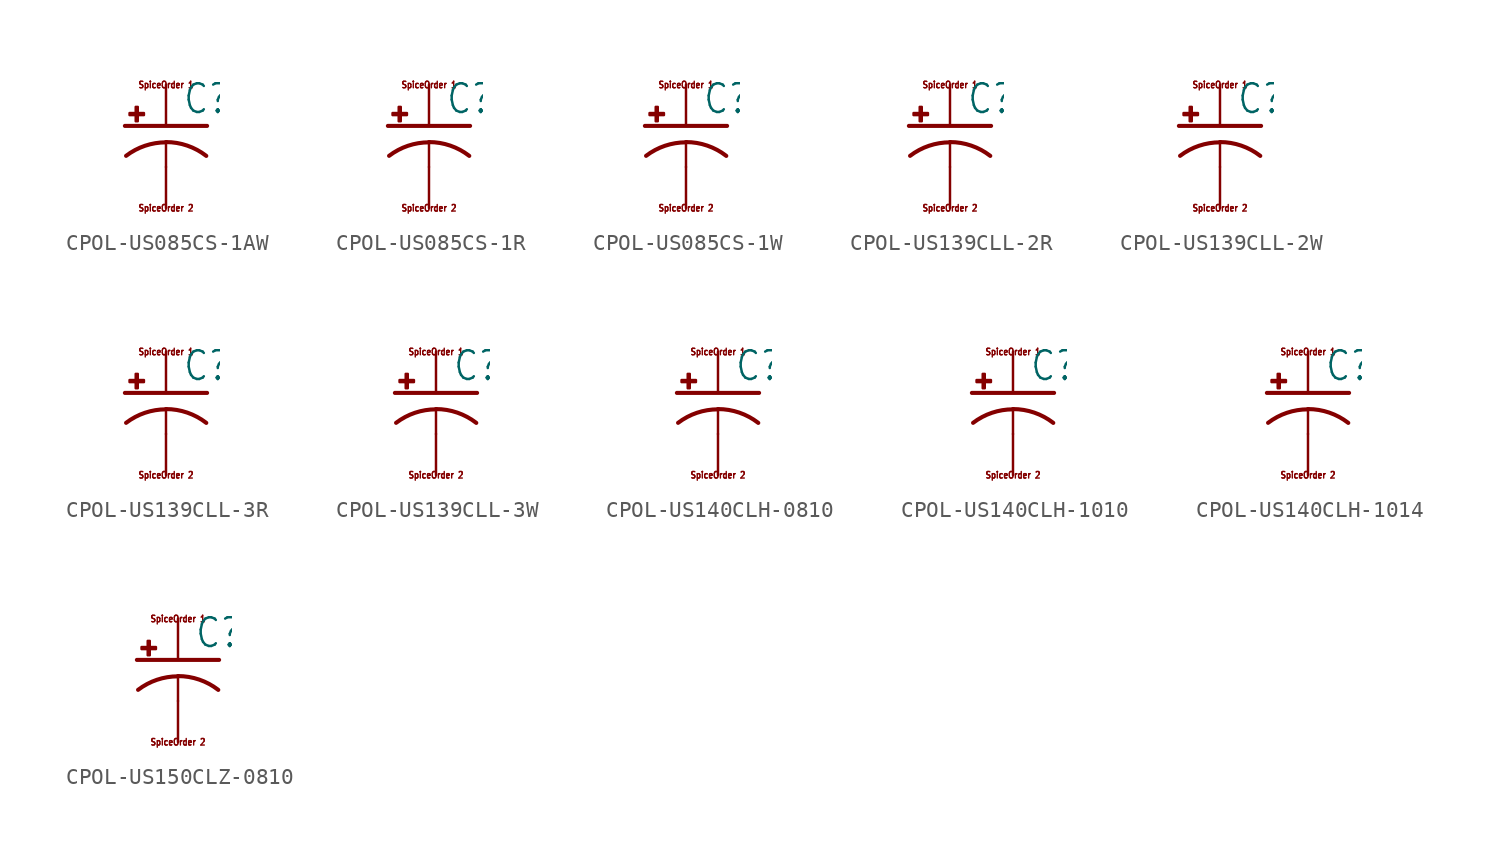
<source format=kicad_sym>
(kicad_symbol_lib
  (version 20231120)
  (generator "kicad_symbol_editor")
  (generator_version "8.0")
  (symbol "CPOL-US085CS-1AW"
    (property "Reference" "C"
      (at 1.016 0.635 0)
      (effects (font (size 1.778 1.511)) (justify left bottom)))
    (property "Value" ""
      (at 1.016 -4.191 0)
      (effects (font (size 1.778 1.511)) (justify left bottom)))
    (property "ki_locked" ""
      (at 0 0 0)
      (effects (font (size 1.27 1.27))))
    (symbol "CPOL-US085CS-1AW_1_0"
      (rectangle (start -2.253 0.668) (end -1.364 0.795) (stroke (width 0) (type default)) (fill (type outline)))
      (rectangle (start -1.872 0.287) (end -1.745 1.176) (stroke (width 0) (type default)) (fill (type outline)))
      (arc (start 0 -1.0161) (mid -1.3021 -1.2303) (end -2.4669 -1.8504) (stroke (width 0.254) (type solid)) (fill (type none)))
      (polyline (pts (xy -2.54 0) (xy 2.54 0)) (stroke (width 0.254) (type solid)) (fill (type none)))
      (polyline (pts (xy 0 -1.016) (xy 0 -2.54)) (stroke (width 0.152) (type solid)) (fill (type none)))
      (arc (start 2.4892 -1.8541) (mid 1.3158 -1.2194) (end 0 -1) (stroke (width 0.254) (type solid)) (fill (type none)))
      (text "SpiceOrder 1" (at 0 2.54 0) (effects (font (size 0.406 0.345))))
      (text "SpiceOrder 2" (at 0 -5.08 0) (effects (font (size 0.406 0.345))))
      (pin passive line (at 0 2.54 270) (length 2.54) (name "+" (effects (font (size 0 0)))) (number "+" (effects (font (size 0 0)))))
      (pin passive line (at 0 -5.08 90) (length 2.54) (name "-" (effects (font (size 0 0)))) (number "-" (effects (font (size 0 0)))))))
  (symbol "CPOL-US085CS-1R"
    (property "Reference" "C"
      (at 1.016 0.635 0)
      (effects (font (size 1.778 1.511)) (justify left bottom)))
    (property "Value" ""
      (at 1.016 -4.191 0)
      (effects (font (size 1.778 1.511)) (justify left bottom)))
    (property "ki_locked" ""
      (at 0 0 0)
      (effects (font (size 1.27 1.27))))
    (symbol "CPOL-US085CS-1R_1_0"
      (rectangle (start -2.253 0.668) (end -1.364 0.795) (stroke (width 0) (type default)) (fill (type outline)))
      (rectangle (start -1.872 0.287) (end -1.745 1.176) (stroke (width 0) (type default)) (fill (type outline)))
      (arc (start 0 -1.0161) (mid -1.3021 -1.2303) (end -2.4669 -1.8504) (stroke (width 0.254) (type solid)) (fill (type none)))
      (polyline (pts (xy -2.54 0) (xy 2.54 0)) (stroke (width 0.254) (type solid)) (fill (type none)))
      (polyline (pts (xy 0 -1.016) (xy 0 -2.54)) (stroke (width 0.152) (type solid)) (fill (type none)))
      (arc (start 2.4892 -1.8541) (mid 1.3158 -1.2194) (end 0 -1) (stroke (width 0.254) (type solid)) (fill (type none)))
      (text "SpiceOrder 1" (at 0 2.54 0) (effects (font (size 0.406 0.345))))
      (text "SpiceOrder 2" (at 0 -5.08 0) (effects (font (size 0.406 0.345))))
      (pin passive line (at 0 2.54 270) (length 2.54) (name "+" (effects (font (size 0 0)))) (number "+" (effects (font (size 0 0)))))
      (pin passive line (at 0 -5.08 90) (length 2.54) (name "-" (effects (font (size 0 0)))) (number "-" (effects (font (size 0 0)))))))
  (symbol "CPOL-US085CS-1W"
    (property "Reference" "C"
      (at 1.016 0.635 0)
      (effects (font (size 1.778 1.511)) (justify left bottom)))
    (property "Value" ""
      (at 1.016 -4.191 0)
      (effects (font (size 1.778 1.511)) (justify left bottom)))
    (property "ki_locked" ""
      (at 0 0 0)
      (effects (font (size 1.27 1.27))))
    (symbol "CPOL-US085CS-1W_1_0"
      (rectangle (start -2.253 0.668) (end -1.364 0.795) (stroke (width 0) (type default)) (fill (type outline)))
      (rectangle (start -1.872 0.287) (end -1.745 1.176) (stroke (width 0) (type default)) (fill (type outline)))
      (arc (start 0 -1.0161) (mid -1.3021 -1.2303) (end -2.4669 -1.8504) (stroke (width 0.254) (type solid)) (fill (type none)))
      (polyline (pts (xy -2.54 0) (xy 2.54 0)) (stroke (width 0.254) (type solid)) (fill (type none)))
      (polyline (pts (xy 0 -1.016) (xy 0 -2.54)) (stroke (width 0.152) (type solid)) (fill (type none)))
      (arc (start 2.4892 -1.8541) (mid 1.3158 -1.2194) (end 0 -1) (stroke (width 0.254) (type solid)) (fill (type none)))
      (text "SpiceOrder 1" (at 0 2.54 0) (effects (font (size 0.406 0.345))))
      (text "SpiceOrder 2" (at 0 -5.08 0) (effects (font (size 0.406 0.345))))
      (pin passive line (at 0 2.54 270) (length 2.54) (name "+" (effects (font (size 0 0)))) (number "+" (effects (font (size 0 0)))))
      (pin passive line (at 0 -5.08 90) (length 2.54) (name "-" (effects (font (size 0 0)))) (number "-" (effects (font (size 0 0)))))))
  (symbol "CPOL-US139CLL-2R"
    (property "Reference" "C"
      (at 1.016 0.635 0)
      (effects (font (size 1.778 1.511)) (justify left bottom)))
    (property "Value" ""
      (at 1.016 -4.191 0)
      (effects (font (size 1.778 1.511)) (justify left bottom)))
    (property "ki_locked" ""
      (at 0 0 0)
      (effects (font (size 1.27 1.27))))
    (symbol "CPOL-US139CLL-2R_1_0"
      (rectangle (start -2.253 0.668) (end -1.364 0.795) (stroke (width 0) (type default)) (fill (type outline)))
      (rectangle (start -1.872 0.287) (end -1.745 1.176) (stroke (width 0) (type default)) (fill (type outline)))
      (arc (start 0 -1.0161) (mid -1.3021 -1.2303) (end -2.4669 -1.8504) (stroke (width 0.254) (type solid)) (fill (type none)))
      (polyline (pts (xy -2.54 0) (xy 2.54 0)) (stroke (width 0.254) (type solid)) (fill (type none)))
      (polyline (pts (xy 0 -1.016) (xy 0 -2.54)) (stroke (width 0.152) (type solid)) (fill (type none)))
      (arc (start 2.4892 -1.8541) (mid 1.3158 -1.2194) (end 0 -1) (stroke (width 0.254) (type solid)) (fill (type none)))
      (text "SpiceOrder 1" (at 0 2.54 0) (effects (font (size 0.406 0.345))))
      (text "SpiceOrder 2" (at 0 -5.08 0) (effects (font (size 0.406 0.345))))
      (pin passive line (at 0 2.54 270) (length 2.54) (name "+" (effects (font (size 0 0)))) (number "+" (effects (font (size 0 0)))))
      (pin passive line (at 0 -5.08 90) (length 2.54) (name "-" (effects (font (size 0 0)))) (number "-" (effects (font (size 0 0)))))))
  (symbol "CPOL-US139CLL-2W"
    (property "Reference" "C"
      (at 1.016 0.635 0)
      (effects (font (size 1.778 1.511)) (justify left bottom)))
    (property "Value" ""
      (at 1.016 -4.191 0)
      (effects (font (size 1.778 1.511)) (justify left bottom)))
    (property "ki_locked" ""
      (at 0 0 0)
      (effects (font (size 1.27 1.27))))
    (symbol "CPOL-US139CLL-2W_1_0"
      (rectangle (start -2.253 0.668) (end -1.364 0.795) (stroke (width 0) (type default)) (fill (type outline)))
      (rectangle (start -1.872 0.287) (end -1.745 1.176) (stroke (width 0) (type default)) (fill (type outline)))
      (arc (start 0 -1.0161) (mid -1.3021 -1.2303) (end -2.4669 -1.8504) (stroke (width 0.254) (type solid)) (fill (type none)))
      (polyline (pts (xy -2.54 0) (xy 2.54 0)) (stroke (width 0.254) (type solid)) (fill (type none)))
      (polyline (pts (xy 0 -1.016) (xy 0 -2.54)) (stroke (width 0.152) (type solid)) (fill (type none)))
      (arc (start 2.4892 -1.8541) (mid 1.3158 -1.2194) (end 0 -1) (stroke (width 0.254) (type solid)) (fill (type none)))
      (text "SpiceOrder 1" (at 0 2.54 0) (effects (font (size 0.406 0.345))))
      (text "SpiceOrder 2" (at 0 -5.08 0) (effects (font (size 0.406 0.345))))
      (pin passive line (at 0 2.54 270) (length 2.54) (name "+" (effects (font (size 0 0)))) (number "+" (effects (font (size 0 0)))))
      (pin passive line (at 0 -5.08 90) (length 2.54) (name "-" (effects (font (size 0 0)))) (number "-" (effects (font (size 0 0)))))))
  (symbol "CPOL-US139CLL-3R"
    (property "Reference" "C"
      (at 1.016 0.635 0)
      (effects (font (size 1.778 1.511)) (justify left bottom)))
    (property "Value" ""
      (at 1.016 -4.191 0)
      (effects (font (size 1.778 1.511)) (justify left bottom)))
    (property "ki_locked" ""
      (at 0 0 0)
      (effects (font (size 1.27 1.27))))
    (symbol "CPOL-US139CLL-3R_1_0"
      (rectangle (start -2.253 0.668) (end -1.364 0.795) (stroke (width 0) (type default)) (fill (type outline)))
      (rectangle (start -1.872 0.287) (end -1.745 1.176) (stroke (width 0) (type default)) (fill (type outline)))
      (arc (start 0 -1.0161) (mid -1.3021 -1.2303) (end -2.4669 -1.8504) (stroke (width 0.254) (type solid)) (fill (type none)))
      (polyline (pts (xy -2.54 0) (xy 2.54 0)) (stroke (width 0.254) (type solid)) (fill (type none)))
      (polyline (pts (xy 0 -1.016) (xy 0 -2.54)) (stroke (width 0.152) (type solid)) (fill (type none)))
      (arc (start 2.4892 -1.8541) (mid 1.3158 -1.2194) (end 0 -1) (stroke (width 0.254) (type solid)) (fill (type none)))
      (text "SpiceOrder 1" (at 0 2.54 0) (effects (font (size 0.406 0.345))))
      (text "SpiceOrder 2" (at 0 -5.08 0) (effects (font (size 0.406 0.345))))
      (pin passive line (at 0 2.54 270) (length 2.54) (name "+" (effects (font (size 0 0)))) (number "+" (effects (font (size 0 0)))))
      (pin passive line (at 0 -5.08 90) (length 2.54) (name "-" (effects (font (size 0 0)))) (number "-" (effects (font (size 0 0)))))))
  (symbol "CPOL-US139CLL-3W"
    (property "Reference" "C"
      (at 1.016 0.635 0)
      (effects (font (size 1.778 1.511)) (justify left bottom)))
    (property "Value" ""
      (at 1.016 -4.191 0)
      (effects (font (size 1.778 1.511)) (justify left bottom)))
    (property "ki_locked" ""
      (at 0 0 0)
      (effects (font (size 1.27 1.27))))
    (symbol "CPOL-US139CLL-3W_1_0"
      (rectangle (start -2.253 0.668) (end -1.364 0.795) (stroke (width 0) (type default)) (fill (type outline)))
      (rectangle (start -1.872 0.287) (end -1.745 1.176) (stroke (width 0) (type default)) (fill (type outline)))
      (arc (start 0 -1.0161) (mid -1.3021 -1.2303) (end -2.4669 -1.8504) (stroke (width 0.254) (type solid)) (fill (type none)))
      (polyline (pts (xy -2.54 0) (xy 2.54 0)) (stroke (width 0.254) (type solid)) (fill (type none)))
      (polyline (pts (xy 0 -1.016) (xy 0 -2.54)) (stroke (width 0.152) (type solid)) (fill (type none)))
      (arc (start 2.4892 -1.8541) (mid 1.3158 -1.2194) (end 0 -1) (stroke (width 0.254) (type solid)) (fill (type none)))
      (text "SpiceOrder 1" (at 0 2.54 0) (effects (font (size 0.406 0.345))))
      (text "SpiceOrder 2" (at 0 -5.08 0) (effects (font (size 0.406 0.345))))
      (pin passive line (at 0 2.54 270) (length 2.54) (name "+" (effects (font (size 0 0)))) (number "+" (effects (font (size 0 0)))))
      (pin passive line (at 0 -5.08 90) (length 2.54) (name "-" (effects (font (size 0 0)))) (number "-" (effects (font (size 0 0)))))))
  (symbol "CPOL-US140CLH-0810"
    (property "Reference" "C"
      (at 1.016 0.635 0)
      (effects (font (size 1.778 1.511)) (justify left bottom)))
    (property "Value" ""
      (at 1.016 -4.191 0)
      (effects (font (size 1.778 1.511)) (justify left bottom)))
    (property "ki_locked" ""
      (at 0 0 0)
      (effects (font (size 1.27 1.27))))
    (symbol "CPOL-US140CLH-0810_1_0"
      (rectangle (start -2.253 0.668) (end -1.364 0.795) (stroke (width 0) (type default)) (fill (type outline)))
      (rectangle (start -1.872 0.287) (end -1.745 1.176) (stroke (width 0) (type default)) (fill (type outline)))
      (arc (start 0 -1.0161) (mid -1.3021 -1.2303) (end -2.4669 -1.8504) (stroke (width 0.254) (type solid)) (fill (type none)))
      (polyline (pts (xy -2.54 0) (xy 2.54 0)) (stroke (width 0.254) (type solid)) (fill (type none)))
      (polyline (pts (xy 0 -1.016) (xy 0 -2.54)) (stroke (width 0.152) (type solid)) (fill (type none)))
      (arc (start 2.4892 -1.8541) (mid 1.3158 -1.2194) (end 0 -1) (stroke (width 0.254) (type solid)) (fill (type none)))
      (text "SpiceOrder 1" (at 0 2.54 0) (effects (font (size 0.406 0.345))))
      (text "SpiceOrder 2" (at 0 -5.08 0) (effects (font (size 0.406 0.345))))
      (pin passive line (at 0 2.54 270) (length 2.54) (name "+" (effects (font (size 0 0)))) (number "+" (effects (font (size 0 0)))))
      (pin passive line (at 0 -5.08 90) (length 2.54) (name "-" (effects (font (size 0 0)))) (number "-" (effects (font (size 0 0)))))))
  (symbol "CPOL-US140CLH-1010"
    (property "Reference" "C"
      (at 1.016 0.635 0)
      (effects (font (size 1.778 1.511)) (justify left bottom)))
    (property "Value" ""
      (at 1.016 -4.191 0)
      (effects (font (size 1.778 1.511)) (justify left bottom)))
    (property "ki_locked" ""
      (at 0 0 0)
      (effects (font (size 1.27 1.27))))
    (symbol "CPOL-US140CLH-1010_1_0"
      (rectangle (start -2.253 0.668) (end -1.364 0.795) (stroke (width 0) (type default)) (fill (type outline)))
      (rectangle (start -1.872 0.287) (end -1.745 1.176) (stroke (width 0) (type default)) (fill (type outline)))
      (arc (start 0 -1.0161) (mid -1.3021 -1.2303) (end -2.4669 -1.8504) (stroke (width 0.254) (type solid)) (fill (type none)))
      (polyline (pts (xy -2.54 0) (xy 2.54 0)) (stroke (width 0.254) (type solid)) (fill (type none)))
      (polyline (pts (xy 0 -1.016) (xy 0 -2.54)) (stroke (width 0.152) (type solid)) (fill (type none)))
      (arc (start 2.4892 -1.8541) (mid 1.3158 -1.2194) (end 0 -1) (stroke (width 0.254) (type solid)) (fill (type none)))
      (text "SpiceOrder 1" (at 0 2.54 0) (effects (font (size 0.406 0.345))))
      (text "SpiceOrder 2" (at 0 -5.08 0) (effects (font (size 0.406 0.345))))
      (pin passive line (at 0 2.54 270) (length 2.54) (name "+" (effects (font (size 0 0)))) (number "+" (effects (font (size 0 0)))))
      (pin passive line (at 0 -5.08 90) (length 2.54) (name "-" (effects (font (size 0 0)))) (number "-" (effects (font (size 0 0)))))))
  (symbol "CPOL-US140CLH-1014"
    (property "Reference" "C"
      (at 1.016 0.635 0)
      (effects (font (size 1.778 1.511)) (justify left bottom)))
    (property "Value" ""
      (at 1.016 -4.191 0)
      (effects (font (size 1.778 1.511)) (justify left bottom)))
    (property "ki_locked" ""
      (at 0 0 0)
      (effects (font (size 1.27 1.27))))
    (symbol "CPOL-US140CLH-1014_1_0"
      (rectangle (start -2.253 0.668) (end -1.364 0.795) (stroke (width 0) (type default)) (fill (type outline)))
      (rectangle (start -1.872 0.287) (end -1.745 1.176) (stroke (width 0) (type default)) (fill (type outline)))
      (arc (start 0 -1.0161) (mid -1.3021 -1.2303) (end -2.4669 -1.8504) (stroke (width 0.254) (type solid)) (fill (type none)))
      (polyline (pts (xy -2.54 0) (xy 2.54 0)) (stroke (width 0.254) (type solid)) (fill (type none)))
      (polyline (pts (xy 0 -1.016) (xy 0 -2.54)) (stroke (width 0.152) (type solid)) (fill (type none)))
      (arc (start 2.4892 -1.8541) (mid 1.3158 -1.2194) (end 0 -1) (stroke (width 0.254) (type solid)) (fill (type none)))
      (text "SpiceOrder 1" (at 0 2.54 0) (effects (font (size 0.406 0.345))))
      (text "SpiceOrder 2" (at 0 -5.08 0) (effects (font (size 0.406 0.345))))
      (pin passive line (at 0 2.54 270) (length 2.54) (name "+" (effects (font (size 0 0)))) (number "+" (effects (font (size 0 0)))))
      (pin passive line (at 0 -5.08 90) (length 2.54) (name "-" (effects (font (size 0 0)))) (number "-" (effects (font (size 0 0)))))))
  (symbol "CPOL-US150CLZ-0810"
    (property "Reference" "C"
      (at 1.016 0.635 0)
      (effects (font (size 1.778 1.511)) (justify left bottom)))
    (property "Value" ""
      (at 1.016 -4.191 0)
      (effects (font (size 1.778 1.511)) (justify left bottom)))
    (property "ki_locked" ""
      (at 0 0 0)
      (effects (font (size 1.27 1.27))))
    (symbol "CPOL-US150CLZ-0810_1_0"
      (rectangle (start -2.253 0.668) (end -1.364 0.795) (stroke (width 0) (type default)) (fill (type outline)))
      (rectangle (start -1.872 0.287) (end -1.745 1.176) (stroke (width 0) (type default)) (fill (type outline)))
      (arc (start 0 -1.0161) (mid -1.3021 -1.2303) (end -2.4669 -1.8504) (stroke (width 0.254) (type solid)) (fill (type none)))
      (polyline (pts (xy -2.54 0) (xy 2.54 0)) (stroke (width 0.254) (type solid)) (fill (type none)))
      (polyline (pts (xy 0 -1.016) (xy 0 -2.54)) (stroke (width 0.152) (type solid)) (fill (type none)))
      (arc (start 2.4892 -1.8541) (mid 1.3158 -1.2194) (end 0 -1) (stroke (width 0.254) (type solid)) (fill (type none)))
      (text "SpiceOrder 1" (at 0 2.54 0) (effects (font (size 0.406 0.345))))
      (text "SpiceOrder 2" (at 0 -5.08 0) (effects (font (size 0.406 0.345))))
      (pin passive line (at 0 2.54 270) (length 2.54) (name "+" (effects (font (size 0 0)))) (number "+" (effects (font (size 0 0)))))
      (pin passive line (at 0 -5.08 90) (length 2.54) (name "-" (effects (font (size 0 0)))) (number "-" (effects (font (size 0 0))))))))
</source>
